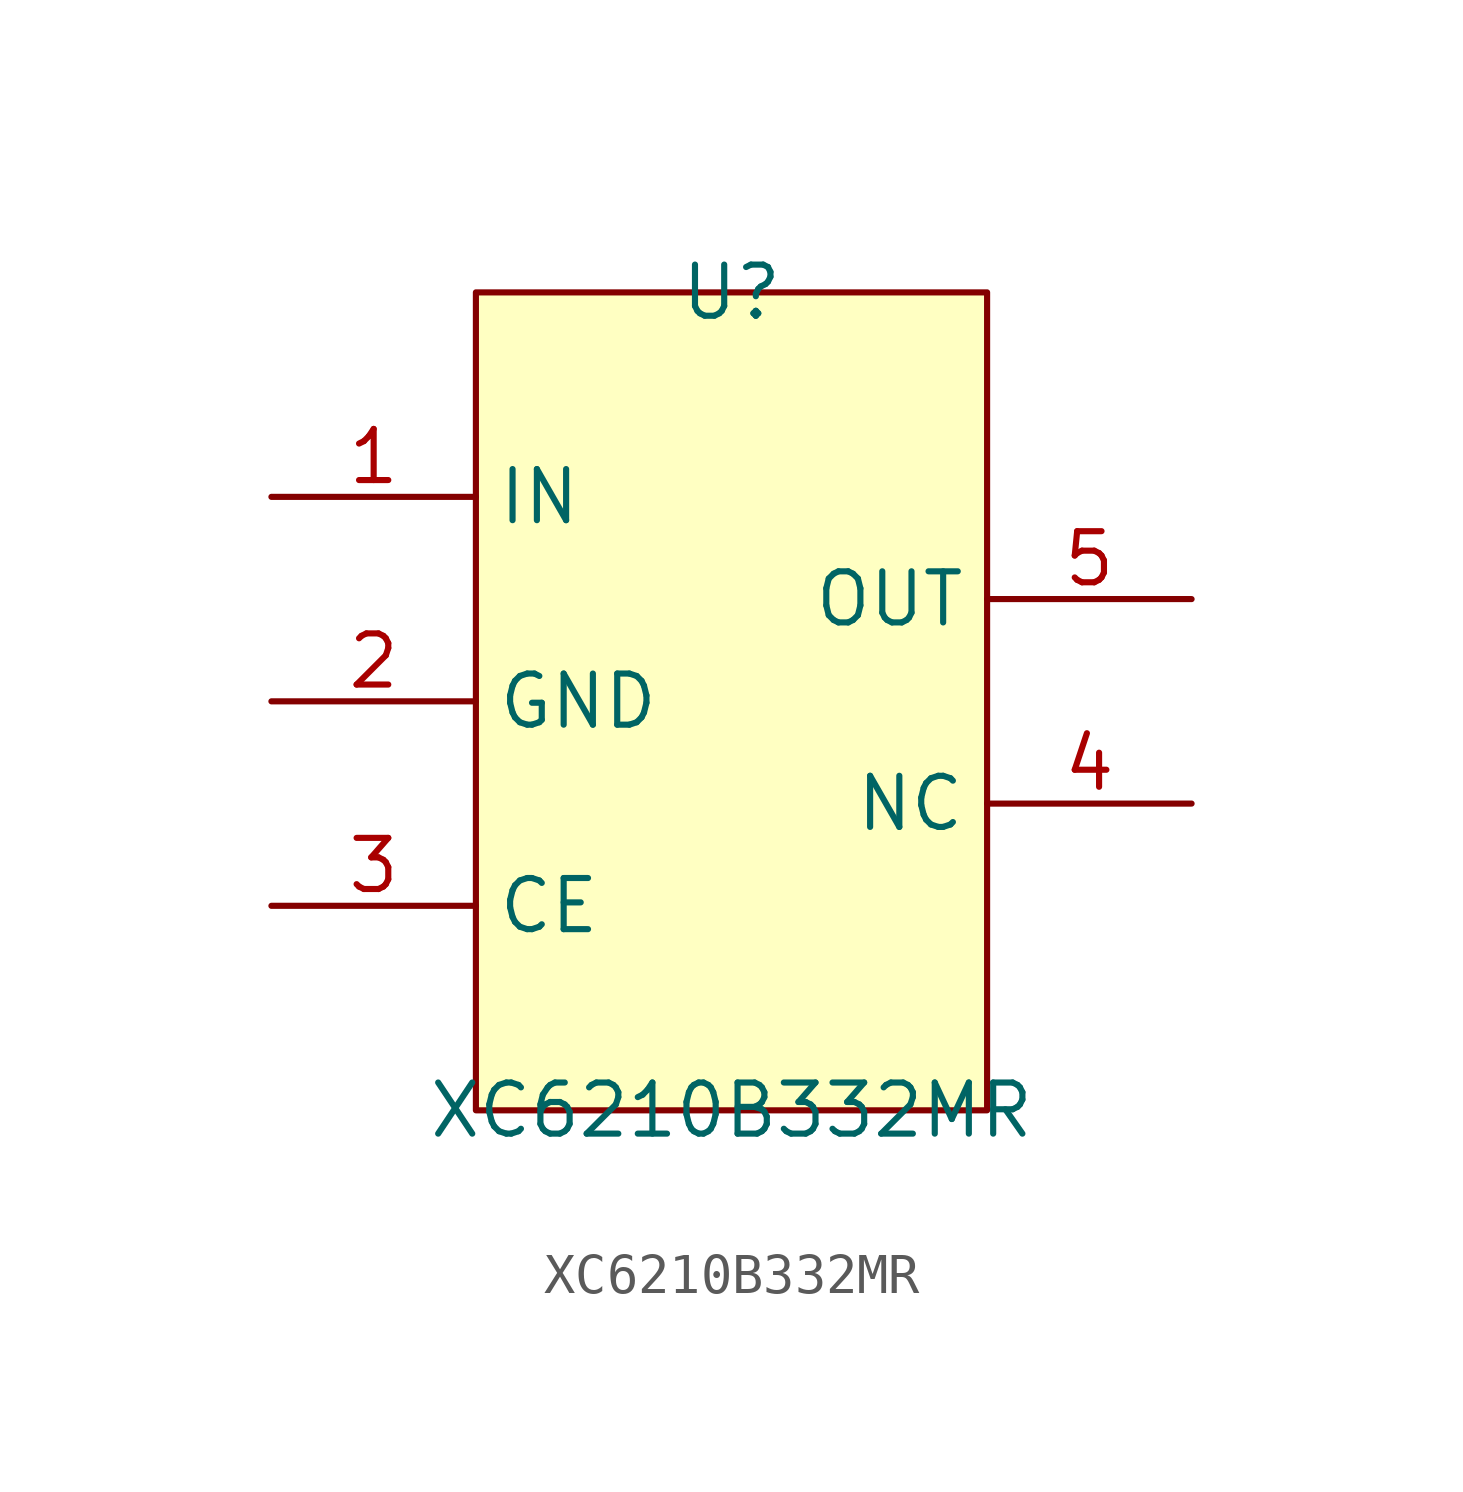
<source format=kicad_sym>
(kicad_symbol_lib
  (version 20211014)
  (generator https://github.com/uPesy/easyeda2kicad.py)
  (symbol "XC6210B332MR"
    (property "Reference" "U"
      (at 0 10.16 0)
      (effects (font (size 1.27 1.27))))
    (property "Value" "XC6210B332MR"
      (at 0 -10.16 0)
      (effects (font (size 1.27 1.27))))
    (symbol "XC6210B332MR_0_1"
      (rectangle (start -6.35 10.16) (end 6.35 -10.16) (stroke (width 0) (type default) (color 0 0 0 0)) (fill (type background)))
      (pin unspecified line (at -11.43 5.08 0) (length 5.08) (name "IN" (effects (font (size 1.27 1.27)))) (number "1" (effects (font (size 1.27 1.27)))))
      (pin unspecified line (at -11.43 -0.00 0) (length 5.08) (name "GND" (effects (font (size 1.27 1.27)))) (number "2" (effects (font (size 1.27 1.27)))))
      (pin unspecified line (at -11.43 -5.08 0) (length 5.08) (name "CE" (effects (font (size 1.27 1.27)))) (number "3" (effects (font (size 1.27 1.27)))))
      (pin unspecified line (at 11.43 -2.54 180) (length 5.08) (name "NC" (effects (font (size 1.27 1.27)))) (number "4" (effects (font (size 1.27 1.27)))))
      (pin unspecified line (at 11.43 2.54 180) (length 5.08) (name "OUT" (effects (font (size 1.27 1.27)))) (number "5" (effects (font (size 1.27 1.27))))))))
</source>
